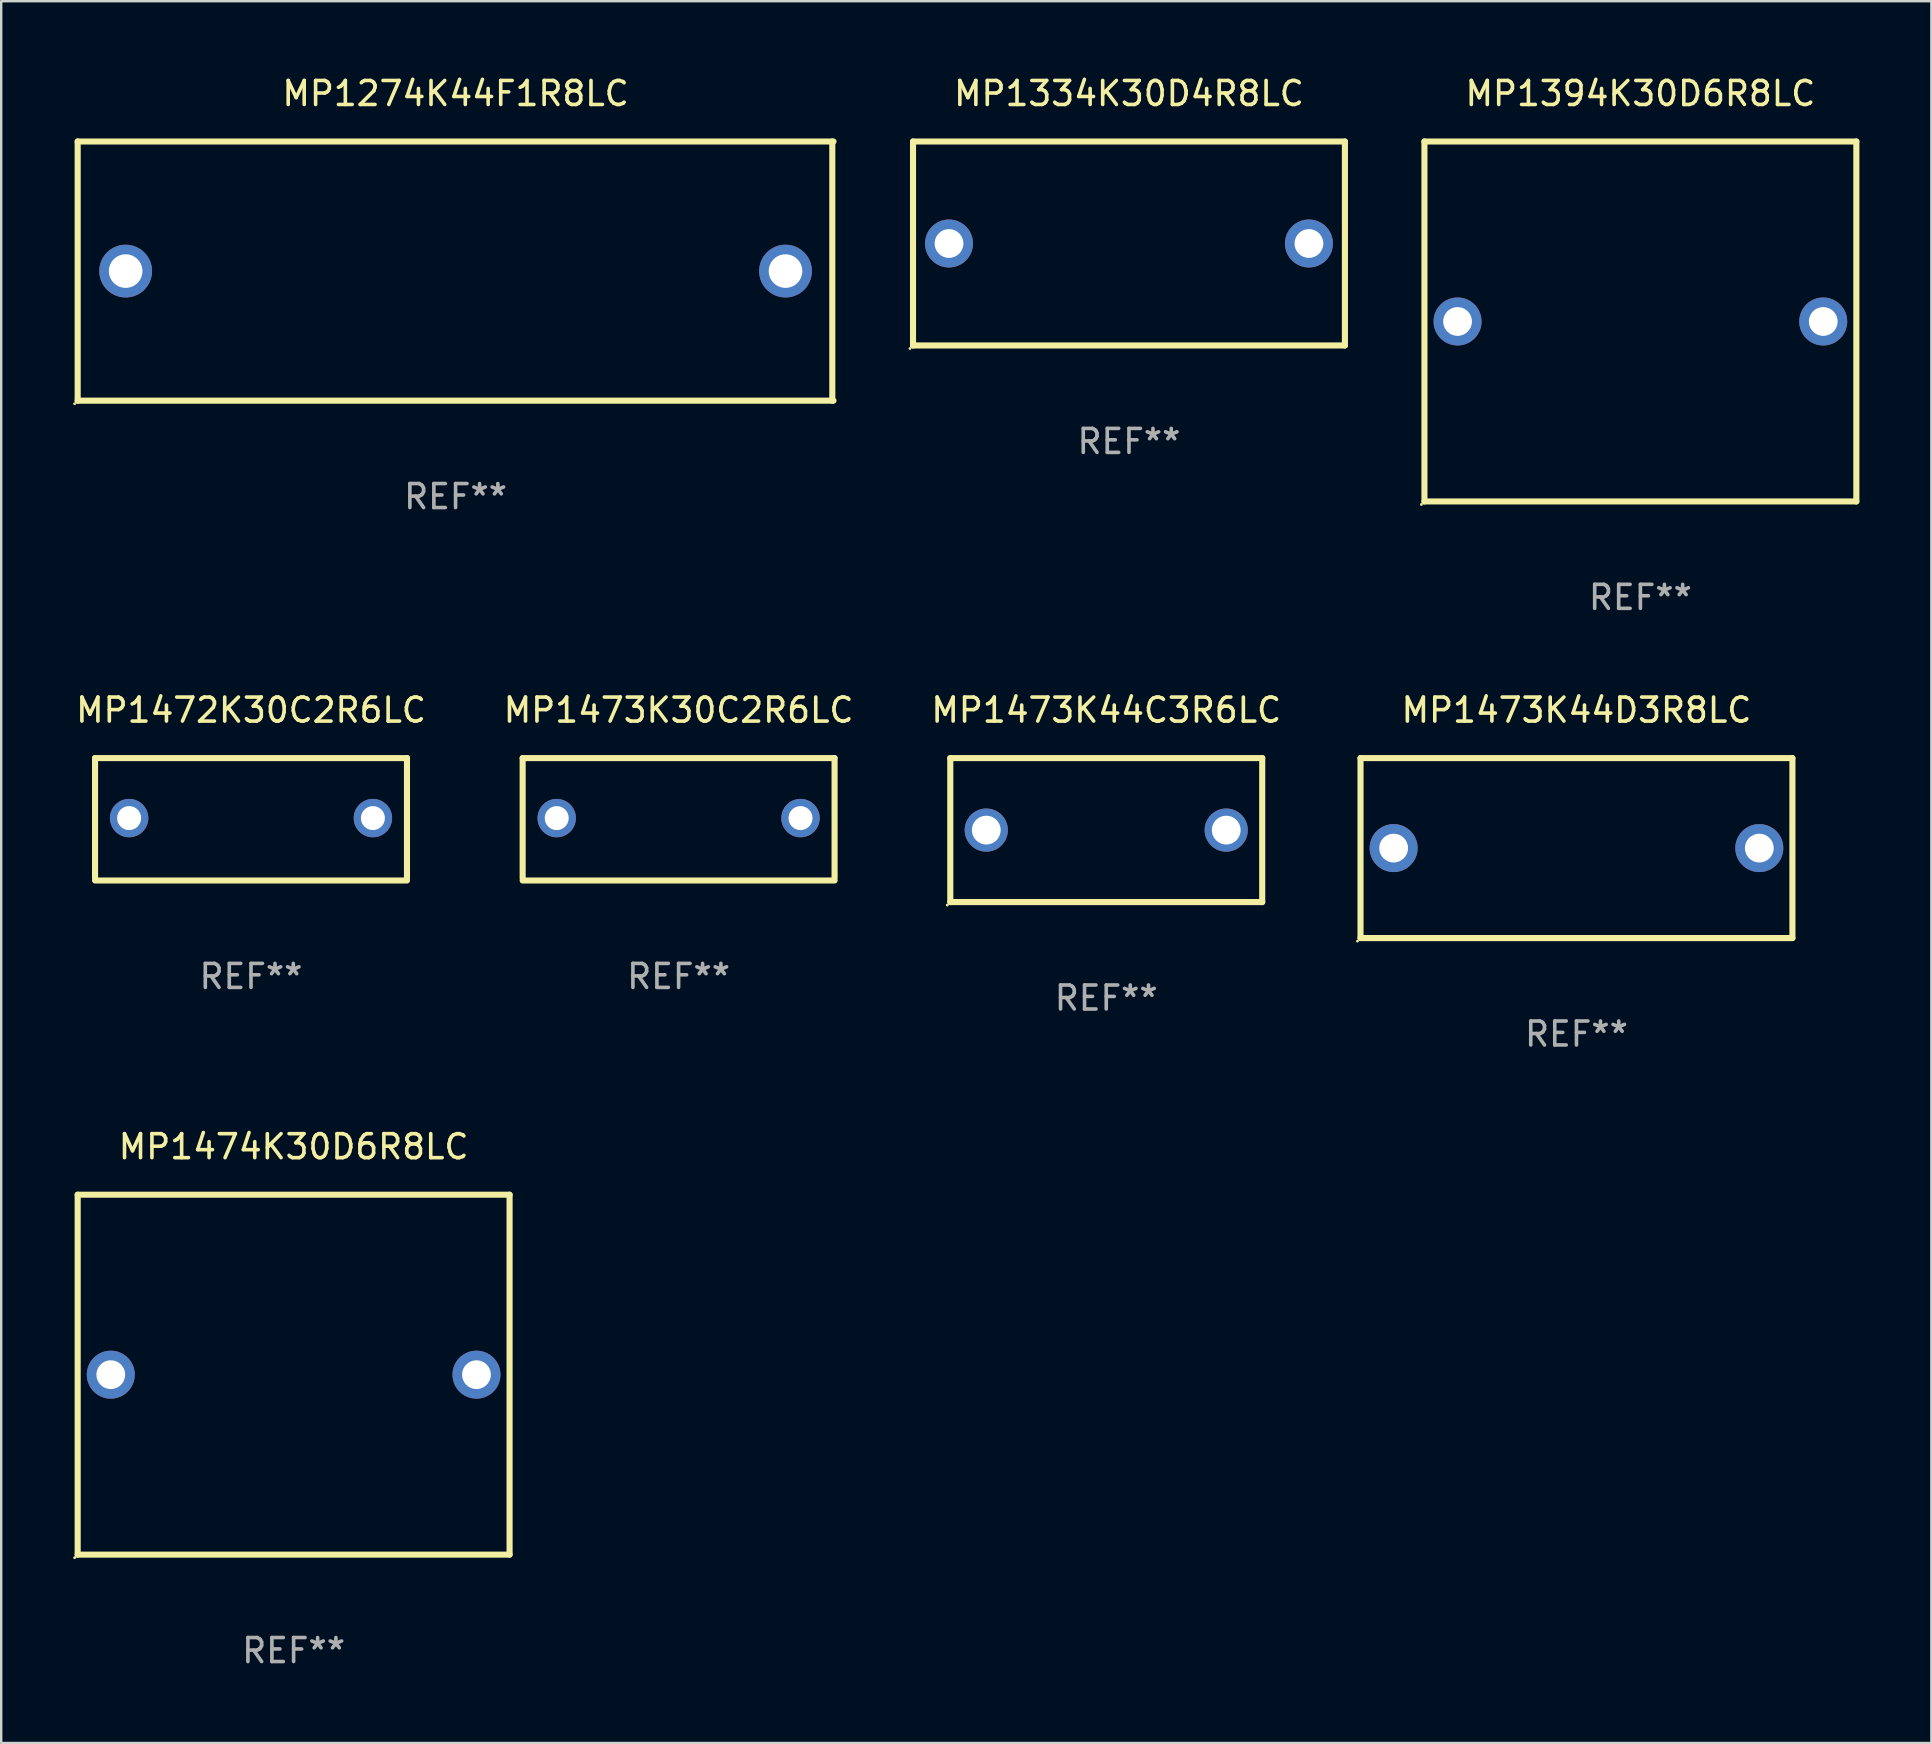
<source format=kicad_pcb>
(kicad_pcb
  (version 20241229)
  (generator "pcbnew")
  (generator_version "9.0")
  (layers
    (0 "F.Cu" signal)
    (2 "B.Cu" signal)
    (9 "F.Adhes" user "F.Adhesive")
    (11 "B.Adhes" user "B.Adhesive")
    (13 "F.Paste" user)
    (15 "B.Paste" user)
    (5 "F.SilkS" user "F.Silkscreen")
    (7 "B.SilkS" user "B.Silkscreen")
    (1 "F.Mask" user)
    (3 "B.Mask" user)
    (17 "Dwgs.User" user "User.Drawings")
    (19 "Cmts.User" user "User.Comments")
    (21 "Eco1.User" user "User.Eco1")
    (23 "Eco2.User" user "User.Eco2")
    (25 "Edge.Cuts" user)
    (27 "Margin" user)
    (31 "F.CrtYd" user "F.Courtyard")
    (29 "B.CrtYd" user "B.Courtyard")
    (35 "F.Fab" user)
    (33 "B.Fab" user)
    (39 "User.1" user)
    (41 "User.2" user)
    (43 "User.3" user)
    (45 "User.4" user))
  (footprint "MP1334K30D4R8LC"
    (layer "F.Cu")
    (at 44.001 7.098)
    (property "Reference" "MP1334K30D4R8LC" (at 0 -6.25 0) (layer "F.SilkS") (effects (font (size 1 1) (thickness 0.15))))
    (attr through_hole)
    (fp_line (start -9 -4.25) (end -9 4.25) (stroke (width 0.254) (type solid)) (layer "F.SilkS"))
    (fp_line (start -9 -4.25) (end 9 -4.25) (stroke (width 0.254) (type solid)) (layer "F.SilkS"))
    (fp_line (start 9 4.25) (end -9 4.25) (stroke (width 0.254) (type solid)) (layer "F.SilkS"))
    (fp_line (start 9 4.25) (end 9 -4.25) (stroke (width 0.254) (type solid)) (layer "F.SilkS"))
    (fp_circle (center -9.127 4.377) (end -9.097 4.377) (stroke (width 0.06) (type solid)) (fill no) (layer "F.SilkS"))
    (fp_text user "REF**" (at 0 8.25 0) (layer "F.Fab") (effects (font (size 1 1) (thickness 0.15))))
    (pad "1" thru_hole circle (at -7.5 0) (size 2 2) (drill 1.2) (layers "*.Cu" "*.Mask"))
    (pad "2" thru_hole circle (at 7.5 0) (size 2 2) (drill 1.2) (layers "*.Cu" "*.Mask")))
  (footprint "MP1473K44D3R8LC"
    (layer "F.Cu")
    (at 62.651 32.295)
    (property "Reference" "MP1473K44D3R8LC" (at 0 -5.75 0) (layer "F.SilkS") (effects (font (size 1 1) (thickness 0.15))))
    (attr through_hole)
    (fp_line (start -9 -3.75) (end 9 -3.75) (stroke (width 0.254) (type solid)) (layer "F.SilkS"))
    (fp_line (start -9 3.75) (end -9 -3.75) (stroke (width 0.254) (type solid)) (layer "F.SilkS"))
    (fp_line (start 9 -3.75) (end 9 3.75) (stroke (width 0.254) (type solid)) (layer "F.SilkS"))
    (fp_line (start 9 3.75) (end -9 3.75) (stroke (width 0.254) (type solid)) (layer "F.SilkS"))
    (fp_circle (center -9.127 3.877) (end -9.097 3.877) (stroke (width 0.06) (type solid)) (fill no) (layer "F.SilkS"))
    (fp_text user "REF**" (at 0 7.75 0) (layer "F.Fab") (effects (font (size 1 1) (thickness 0.15))))
    (pad "1" thru_hole circle (at -7.62 0) (size 2 2) (drill 1.2) (layers "*.Cu" "*.Mask"))
    (pad "2" thru_hole circle (at 7.62 0) (size 2 2) (drill 1.2) (layers "*.Cu" "*.Mask")))
  (footprint "MP1394K30D6R8LC"
    (layer "F.Cu")
    (at 65.315 10.348)
    (property "Reference" "MP1394K30D6R8LC" (at 0 -9.5 0) (layer "F.SilkS") (effects (font (size 1 1) (thickness 0.15))))
    (attr through_hole)
    (fp_line (start -9 -7.5) (end 9 -7.5) (stroke (width 0.254) (type solid)) (layer "F.SilkS"))
    (fp_line (start -9 7.5) (end -9 -7.5) (stroke (width 0.254) (type solid)) (layer "F.SilkS"))
    (fp_line (start -9 7.5) (end 9 7.5) (stroke (width 0.254) (type solid)) (layer "F.SilkS"))
    (fp_line (start 9 -7.5) (end 9 7.5) (stroke (width 0.254) (type solid)) (layer "F.SilkS"))
    (fp_circle (center -9.127 7.627) (end -9.097 7.627) (stroke (width 0.06) (type solid)) (fill no) (layer "F.SilkS"))
    (fp_text user "REF**" (at 0 11.5 0) (layer "F.Fab") (effects (font (size 1 1) (thickness 0.15))))
    (pad "1" thru_hole circle (at -7.62 0) (size 2 2) (drill 1.2) (layers "*.Cu" "*.Mask"))
    (pad "2" thru_hole circle (at 7.62 0) (size 2 2) (drill 1.2) (layers "*.Cu" "*.Mask")))
  (footprint "MP1274K44F1R8LC"
    (layer "F.Cu")
    (at 15.937 8.248)
    (property "Reference" "MP1274K44F1R8LC" (at 0 -7.4 0) (layer "F.SilkS") (effects (font (size 1 1) (thickness 0.15))))
    (attr through_hole)
    (fp_line (start -15.75 -5.4) (end 15.75 -5.4) (stroke (width 0.254) (type solid)) (layer "F.SilkS"))
    (fp_line (start -15.75 5.4) (end -15.75 -5.4) (stroke (width 0.254) (type solid)) (layer "F.SilkS"))
    (fp_line (start 15.7 -5.4) (end 15.7 5.4) (stroke (width 0.254) (type solid)) (layer "F.SilkS"))
    (fp_line (start 15.75 5.4) (end -15.75 5.4) (stroke (width 0.254) (type solid)) (layer "F.SilkS"))
    (fp_circle (center -15.877 5.527) (end -15.847 5.527) (stroke (width 0.06) (type solid)) (fill no) (layer "F.SilkS"))
    (fp_text user "REF**" (at 0 9.4 0) (layer "F.Fab") (effects (font (size 1 1) (thickness 0.15))))
    (pad "1" thru_hole circle (at -13.75 0) (size 2.2 2.2) (drill 1.4) (layers "*.Cu" "*.Mask"))
    (pad "2" thru_hole circle (at 13.75 0) (size 2.2 2.2) (drill 1.4) (layers "*.Cu" "*.Mask")))
  (footprint "MP1472K30C2R6LC"
    (layer "F.Cu")
    (at 7.411 31.095)
    (property "Reference" "MP1472K30C2R6LC" (at 0 -4.55 0) (layer "F.SilkS") (effects (font (size 1 1) (thickness 0.15))))
    (attr through_hole)
    (fp_line (start -6.5 -2.55) (end 6.5 -2.55) (stroke (width 0.254) (type solid)) (layer "F.SilkS"))
    (fp_line (start -6.5 2.45) (end -6.5 -2.55) (stroke (width 0.254) (type solid)) (layer "F.SilkS"))
    (fp_line (start 6.5 -2.55) (end 6.5 2.45) (stroke (width 0.254) (type solid)) (layer "F.SilkS"))
    (fp_line (start 6.5 2.55) (end -6.5 2.55) (stroke (width 0.254) (type solid)) (layer "F.SilkS"))
    (fp_circle (center -6.5 2.45) (end -6.47 2.45) (stroke (width 0.06) (type solid)) (fill no) (layer "F.SilkS"))
    (fp_text user "REF**" (at 0 6.55 0) (layer "F.Fab") (effects (font (size 1 1) (thickness 0.15))))
    (pad "1" thru_hole circle (at -5.08 -0.05) (size 1.6 1.6) (drill 1) (layers "*.Cu" "*.Mask"))
    (pad "2" thru_hole circle (at 5.08 -0.05) (size 1.6 1.6) (drill 1) (layers "*.Cu" "*.Mask")))
  (footprint "MP1474K30D6R8LC"
    (layer "F.Cu")
    (at 9.187 54.241)
    (property "Reference" "MP1474K30D6R8LC" (at 0 -9.5 0) (layer "F.SilkS") (effects (font (size 1 1) (thickness 0.15))))
    (attr through_hole)
    (fp_line (start -9 -7.5) (end 9 -7.5) (stroke (width 0.254) (type solid)) (layer "F.SilkS"))
    (fp_line (start -9 7.5) (end -9 -7.5) (stroke (width 0.254) (type solid)) (layer "F.SilkS"))
    (fp_line (start -9 7.5) (end 9 7.5) (stroke (width 0.254) (type solid)) (layer "F.SilkS"))
    (fp_line (start 9 -7.5) (end 9 7.5) (stroke (width 0.254) (type solid)) (layer "F.SilkS"))
    (fp_circle (center -9.127 7.627) (end -9.097 7.627) (stroke (width 0.06) (type solid)) (fill no) (layer "F.SilkS"))
    (fp_text user "REF**" (at 0 11.5 0) (layer "F.Fab") (effects (font (size 1 1) (thickness 0.15))))
    (pad "1" thru_hole circle (at -7.62 0) (size 2 2) (drill 1.2) (layers "*.Cu" "*.Mask"))
    (pad "2" thru_hole circle (at 7.62 0) (size 2 2) (drill 1.2) (layers "*.Cu" "*.Mask")))
  (footprint "MP1473K44C3R6LC"
    (layer "F.Cu")
    (at 43.054 31.545)
    (property "Reference" "MP1473K44C3R6LC" (at 0 -5 0) (layer "F.SilkS") (effects (font (size 1 1) (thickness 0.15))))
    (attr through_hole)
    (fp_line (start -6.5 -3) (end 6.5 -3) (stroke (width 0.254) (type solid)) (layer "F.SilkS"))
    (fp_line (start -6.5 3) (end -6.5 -3) (stroke (width 0.254) (type solid)) (layer "F.SilkS"))
    (fp_line (start -6.5 3) (end 6.5 3) (stroke (width 0.254) (type solid)) (layer "F.SilkS"))
    (fp_line (start 6.5 -3) (end 6.5 3) (stroke (width 0.254) (type solid)) (layer "F.SilkS"))
    (fp_circle (center -6.627 3.127) (end -6.597 3.127) (stroke (width 0.06) (type solid)) (fill no) (layer "F.SilkS"))
    (fp_text user "REF**" (at 0 7 0) (layer "F.Fab") (effects (font (size 1 1) (thickness 0.15))))
    (pad "1" thru_hole circle (at -5 0) (size 1.8 1.8) (drill 1.2) (layers "*.Cu" "*.Mask"))
    (pad "2" thru_hole circle (at 5 0) (size 1.8 1.8) (drill 1.2) (layers "*.Cu" "*.Mask")))
  (footprint "MP1473K30C2R6LC"
    (layer "F.Cu")
    (at 25.232 31.095)
    (property "Reference" "MP1473K30C2R6LC" (at 0 -4.55 0) (layer "F.SilkS") (effects (font (size 1 1) (thickness 0.15))))
    (attr through_hole)
    (fp_line (start -6.5 -2.55) (end 6.5 -2.55) (stroke (width 0.254) (type solid)) (layer "F.SilkS"))
    (fp_line (start -6.5 2.45) (end -6.5 -2.55) (stroke (width 0.254) (type solid)) (layer "F.SilkS"))
    (fp_line (start 6.5 -2.55) (end 6.5 2.45) (stroke (width 0.254) (type solid)) (layer "F.SilkS"))
    (fp_line (start 6.5 2.55) (end -6.5 2.55) (stroke (width 0.254) (type solid)) (layer "F.SilkS"))
    (fp_circle (center -6.5 2.45) (end -6.47 2.45) (stroke (width 0.06) (type solid)) (fill no) (layer "F.SilkS"))
    (fp_text user "REF**" (at 0 6.55 0) (layer "F.Fab") (effects (font (size 1 1) (thickness 0.15))))
    (pad "1" thru_hole circle (at -5.08 -0.05) (size 1.6 1.6) (drill 1) (layers "*.Cu" "*.Mask"))
    (pad "2" thru_hole circle (at 5.08 -0.05) (size 1.6 1.6) (drill 1) (layers "*.Cu" "*.Mask")))
  (gr_rect
    (start -3 -3)
    (end 77.442 69.59)
    (stroke (width 0.1) (type default))
    (fill no)
    (layer "Edge.Cuts")))
</source>
